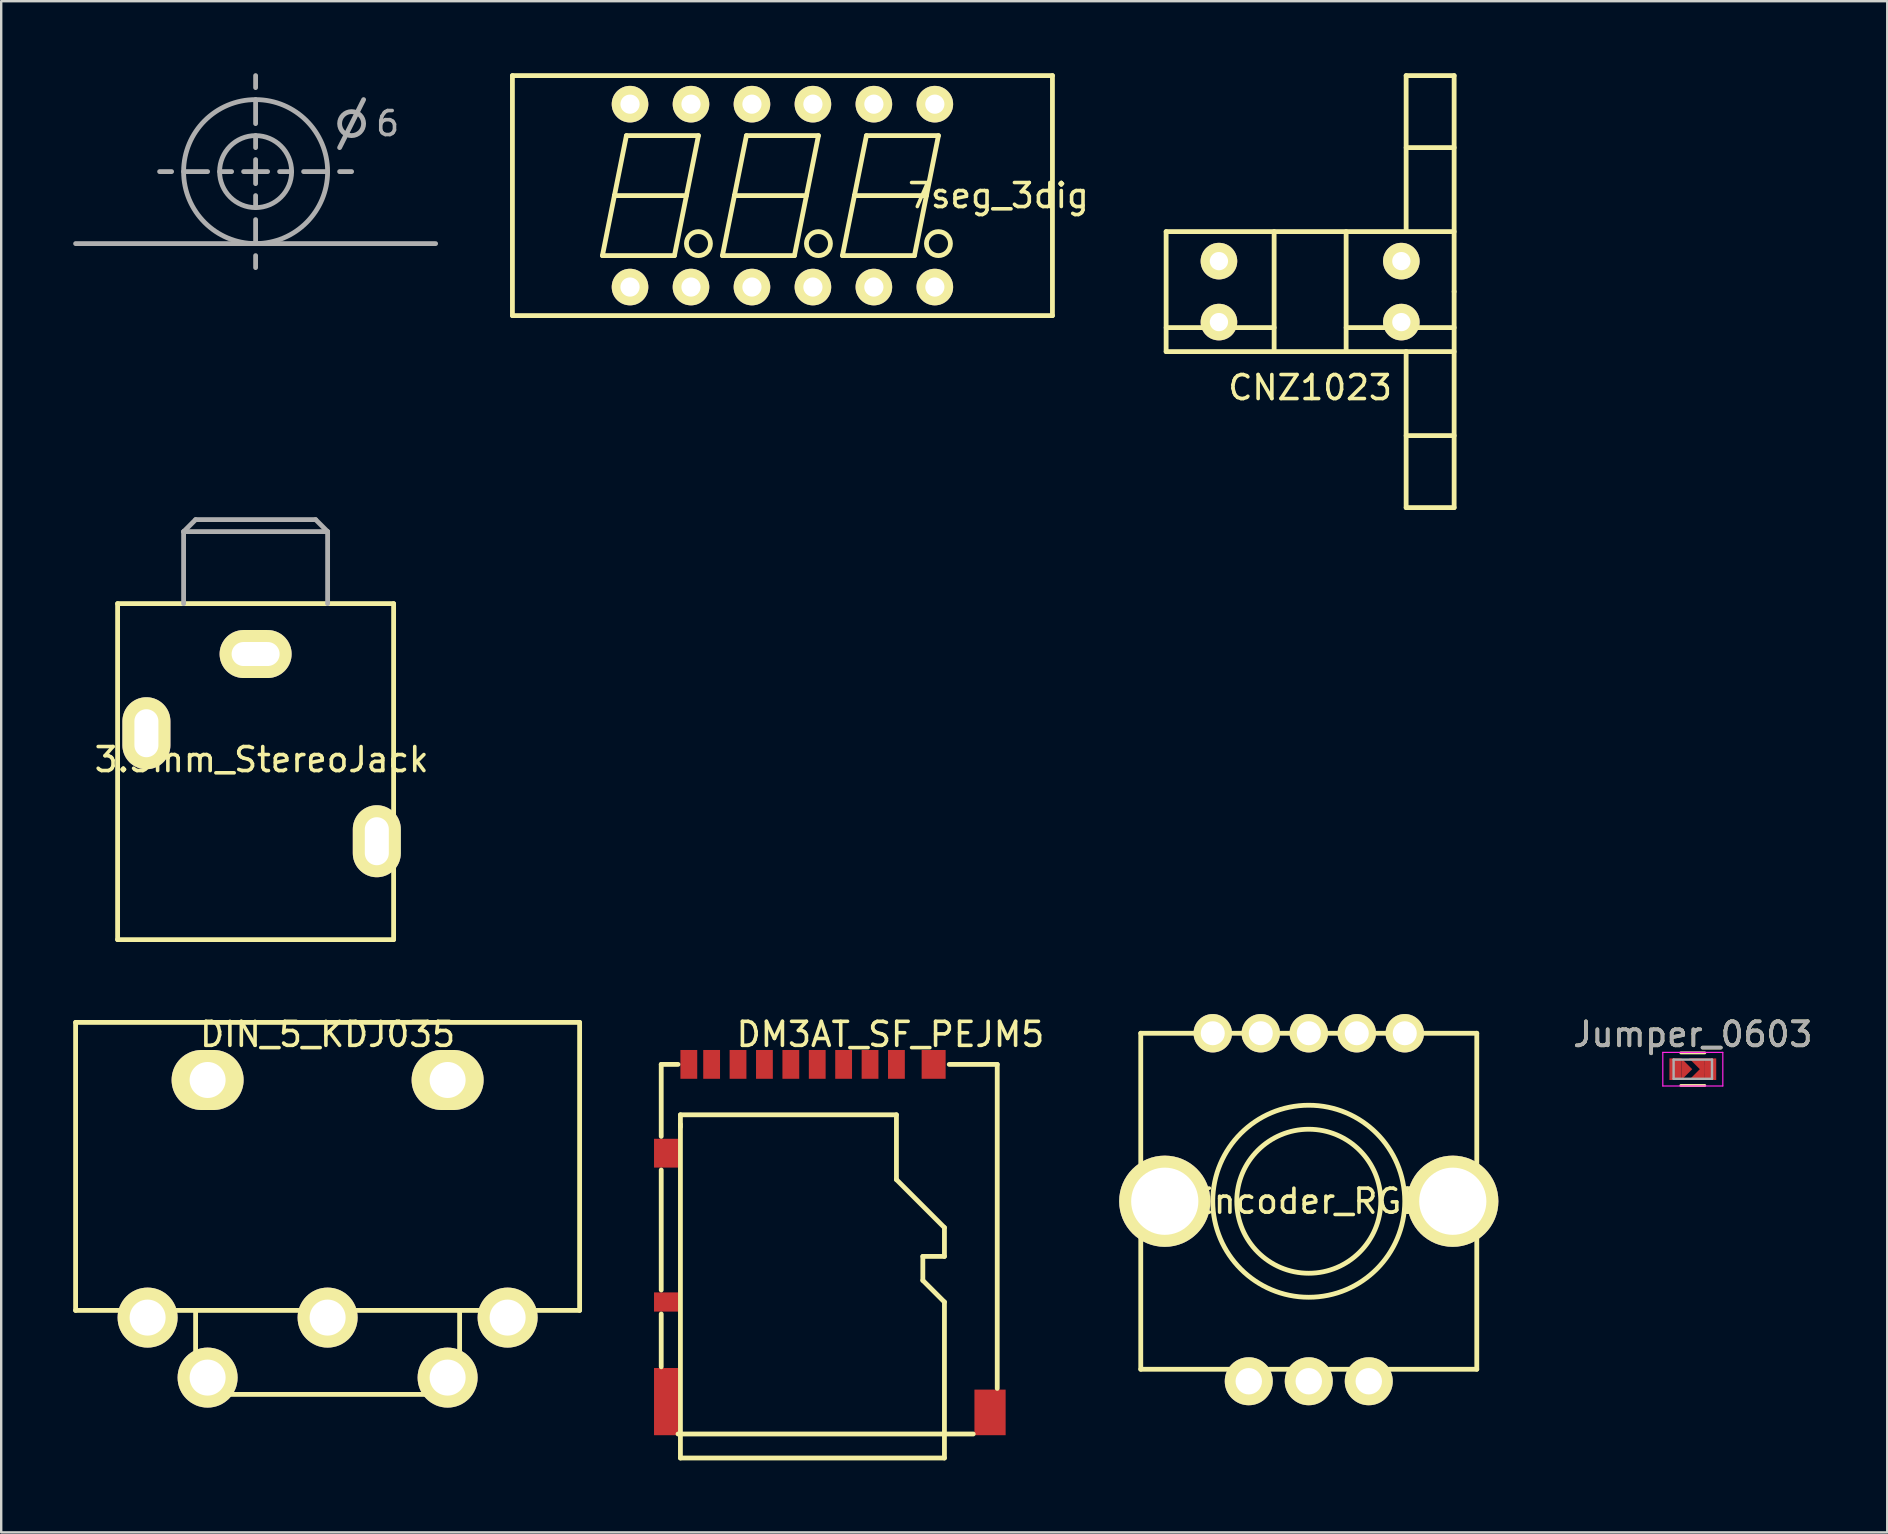
<source format=kicad_pcb>
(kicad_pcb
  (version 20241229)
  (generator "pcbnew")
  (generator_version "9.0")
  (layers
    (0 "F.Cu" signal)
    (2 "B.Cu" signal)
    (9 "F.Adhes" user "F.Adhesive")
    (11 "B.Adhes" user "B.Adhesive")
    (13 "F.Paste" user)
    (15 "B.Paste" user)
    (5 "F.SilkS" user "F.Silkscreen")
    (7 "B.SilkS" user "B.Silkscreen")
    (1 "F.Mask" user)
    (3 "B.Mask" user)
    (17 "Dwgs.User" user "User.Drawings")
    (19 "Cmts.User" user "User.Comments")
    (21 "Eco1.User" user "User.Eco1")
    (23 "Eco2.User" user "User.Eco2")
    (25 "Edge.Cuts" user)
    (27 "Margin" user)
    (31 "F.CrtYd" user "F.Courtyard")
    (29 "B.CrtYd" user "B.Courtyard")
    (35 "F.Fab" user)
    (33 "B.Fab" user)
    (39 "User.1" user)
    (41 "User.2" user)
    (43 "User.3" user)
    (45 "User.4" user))
  (footprint "Encoder_RGB"
    (layer "F.Cu")
    (at 51.48 47)
    (property "Reference" "Encoder_RGB" (at 0 0 0) (layer "F.SilkS") (effects (font (size 1 1) (thickness 0.15))))
    (attr through_hole)
    (fp_line (start -7 -7) (end 7 -7) (stroke (width 0.2) (type solid)) (layer "F.SilkS"))
    (fp_line (start -7 7) (end -7 -7) (stroke (width 0.2) (type solid)) (layer "F.SilkS"))
    (fp_line (start 7 -7) (end 7 7) (stroke (width 0.2) (type solid)) (layer "F.SilkS"))
    (fp_line (start 7 7) (end -7 7) (stroke (width 0.2) (type solid)) (layer "F.SilkS"))
    (fp_circle (center 0 0) (end 0 -4) (stroke (width 0.2) (type solid)) (fill no) (layer "F.SilkS"))
    (fp_circle (center 0 0) (end 3 0) (stroke (width 0.2) (type solid)) (fill no) (layer "F.SilkS"))
    (pad "" thru_hole circle (at -6 0) (size 3.8 3.8) (drill 2.8) (layers "*.Cu" "*.Mask" "F.SilkS"))
    (pad "" thru_hole circle (at 6 0) (size 3.8 3.8) (drill 2.8) (layers "*.Cu" "*.Mask" "F.SilkS"))
    (pad "1" thru_hole circle (at -4 -7) (size 1.6 1.6) (drill 1) (layers "*.Cu" "*.Mask" "F.SilkS"))
    (pad "2" thru_hole circle (at -2 -7) (size 1.6 1.6) (drill 1) (layers "*.Cu" "*.Mask" "F.SilkS"))
    (pad "3" thru_hole circle (at 0 -7) (size 1.6 1.6) (drill 1) (layers "*.Cu" "*.Mask" "F.SilkS"))
    (pad "4" thru_hole circle (at 2 -7) (size 1.6 1.6) (drill 1) (layers "*.Cu" "*.Mask" "F.SilkS"))
    (pad "5" thru_hole circle (at 4 -7) (size 1.6 1.6) (drill 1) (layers "*.Cu" "*.Mask" "F.SilkS"))
    (pad "6" thru_hole circle (at 2.5 7.5) (size 2 2) (drill 1.1) (layers "*.Cu" "*.Mask" "F.SilkS"))
    (pad "7" thru_hole circle (at 0 7.5) (size 2 2) (drill 1.1) (layers "*.Cu" "*.Mask" "F.SilkS"))
    (pad "8" thru_hole circle (at -2.5 7.5) (size 2 2) (drill 1.1) (layers "*.Cu" "*.Mask" "F.SilkS")))
  (footprint "DM3AT_SF_PEJM5"
    (layer "F.Cu")
    (at 34.3 41.298)
    (property "Reference" "DM3AT_SF_PEJM5" (at -0.25 -1.25 0) (layer "F.SilkS") (effects (font (size 1 1) (thickness 0.15))))
    (attr through_hole)
    (fp_line (start -9.8 0) (end -9.1 0) (stroke (width 0.2) (type solid)) (layer "F.SilkS"))
    (fp_line (start -9.8 3) (end -9.8 0) (stroke (width 0.2) (type solid)) (layer "F.SilkS"))
    (fp_line (start -9.8 9.4) (end -9.8 4.4) (stroke (width 0.2) (type solid)) (layer "F.SilkS"))
    (fp_line (start -9.8 12.6) (end -9.8 10.4) (stroke (width 0.2) (type solid)) (layer "F.SilkS"))
    (fp_line (start -9.1 15.4) (end 3.2 15.4) (stroke (width 0.2) (type solid)) (layer "F.SilkS"))
    (fp_line (start -9 2.1) (end -9 2.5) (stroke (width 0.2) (type solid)) (layer "F.SilkS"))
    (fp_line (start -9 2.5) (end -9 2.6) (stroke (width 0.2) (type solid)) (layer "F.SilkS"))
    (fp_line (start -9 15.4) (end -9 2.6) (stroke (width 0.2) (type solid)) (layer "F.SilkS"))
    (fp_line (start -9 15.4) (end -9 16.4) (stroke (width 0.2) (type solid)) (layer "F.SilkS"))
    (fp_line (start -9 16.4) (end 2 16.4) (stroke (width 0.2) (type solid)) (layer "F.SilkS"))
    (fp_line (start 0 2.1) (end -9 2.1) (stroke (width 0.2) (type solid)) (layer "F.SilkS"))
    (fp_line (start 0 4.8) (end 0 2.1) (stroke (width 0.2) (type solid)) (layer "F.SilkS"))
    (fp_line (start 1.1 8) (end 2 8) (stroke (width 0.2) (type solid)) (layer "F.SilkS"))
    (fp_line (start 1.1 9) (end 1.1 8) (stroke (width 0.2) (type solid)) (layer "F.SilkS"))
    (fp_line (start 2 6.8) (end 0 4.8) (stroke (width 0.2) (type solid)) (layer "F.SilkS"))
    (fp_line (start 2 8) (end 2 6.8) (stroke (width 0.2) (type solid)) (layer "F.SilkS"))
    (fp_line (start 2 9.9) (end 1.1 9) (stroke (width 0.2) (type solid)) (layer "F.SilkS"))
    (fp_line (start 2 15.4) (end 2 9.9) (stroke (width 0.2) (type solid)) (layer "F.SilkS"))
    (fp_line (start 2 16.4) (end 2 15.4) (stroke (width 0.2) (type solid)) (layer "F.SilkS"))
    (fp_line (start 4.2 0) (end 2.2 0) (stroke (width 0.2) (type solid)) (layer "F.SilkS"))
    (fp_line (start 4.2 13.5) (end 4.2 0) (stroke (width 0.2) (type solid)) (layer "F.SilkS"))
    (pad "1" smd rect (at -1.1 0) (size 0.7 1.2) (layers "F.Cu" "F.Mask" "F.Paste"))
    (pad "2" smd rect (at -2.2 0) (size 0.7 1.2) (layers "F.Cu" "F.Mask" "F.Paste"))
    (pad "4" smd rect (at -3.3 0) (size 0.7 1.2) (layers "F.Cu" "F.Mask" "F.Paste"))
    (pad "5" smd rect (at -4.4 0) (size 0.7 1.2) (layers "F.Cu" "F.Mask" "F.Paste"))
    (pad "6" smd rect (at -5.5 0) (size 0.7 1.2) (layers "F.Cu" "F.Mask" "F.Paste"))
    (pad "7" smd rect (at -6.6 0) (size 0.7 1.2) (layers "F.Cu" "F.Mask" "F.Paste"))
    (pad "8" smd rect (at -7.7 0) (size 0.7 1.2) (layers "F.Cu" "F.Mask" "F.Paste"))
    (pad "9" smd rect (at 0 0) (size 0.7 1.2) (layers "F.Cu" "F.Mask" "F.Paste"))
    (pad "10" smd rect (at -8.65 0) (size 0.7 1.2) (layers "F.Cu" "F.Mask" "F.Paste"))
    (pad "11" smd rect (at -9.6 9.9) (size 1 0.8) (layers "F.Cu" "F.Mask" "F.Paste"))
    (pad "12" smd rect (at -9.6 3.7) (size 1 1.2) (layers "F.Cu" "F.Mask" "F.Paste"))
    (pad "12" smd rect (at 1.55 0) (size 1 1.2) (layers "F.Cu" "F.Mask" "F.Paste"))
    (pad "13" smd rect (at -9.6 14.05) (size 1 2.8) (layers "F.Cu" "F.Mask" "F.Paste"))
    (pad "13" smd rect (at 3.9 14.5) (size 1.3 1.9) (layers "F.Cu" "F.Mask" "F.Paste")))
  (footprint "DIN_5_KDJ035"
    (layer "F.Cu")
    (at 10.6 39.548)
    (property "Reference" "DIN_5_KDJ035" (at 0 0.5 0) (layer "F.SilkS") (effects (font (size 1 1) (thickness 0.15))))
    (attr through_hole)
    (fp_line (start -10.5 0) (end -10.5 12) (stroke (width 0.2) (type solid)) (layer "F.SilkS"))
    (fp_line (start -10.5 12) (end 10.5 12) (stroke (width 0.2) (type solid)) (layer "F.SilkS"))
    (fp_line (start -5.5 12) (end -5.5 15.5) (stroke (width 0.2) (type solid)) (layer "F.SilkS"))
    (fp_line (start -5.5 15.5) (end 5.5 15.5) (stroke (width 0.2) (type solid)) (layer "F.SilkS"))
    (fp_line (start 0 0) (end -10.5 0) (stroke (width 0.2) (type solid)) (layer "F.SilkS"))
    (fp_line (start 5.5 15.5) (end 5.5 12) (stroke (width 0.2) (type solid)) (layer "F.SilkS"))
    (fp_line (start 10.5 0) (end 0 0) (stroke (width 0.2) (type solid)) (layer "F.SilkS"))
    (fp_line (start 10.5 12) (end 10.5 0) (stroke (width 0.2) (type solid)) (layer "F.SilkS"))
    (pad "" thru_hole oval (at -5 2.4) (size 3 2.5) (drill 1.5) (layers "*.Cu" "*.Mask" "F.SilkS"))
    (pad "" thru_hole oval (at 5 2.4) (size 3 2.5) (drill 1.5) (layers "*.Cu" "*.Mask" "F.SilkS"))
    (pad "1" thru_hole circle (at -7.5 12.3) (size 2.5 2.5) (drill 1.5) (layers "*.Cu" "*.Mask" "F.SilkS"))
    (pad "2" thru_hole circle (at 0 12.3) (size 2.5 2.5) (drill 1.5) (layers "*.Cu" "*.Mask" "F.SilkS"))
    (pad "3" thru_hole circle (at 7.5 12.3) (size 2.5 2.5) (drill 1.5) (layers "*.Cu" "*.Mask" "F.SilkS"))
    (pad "4" thru_hole circle (at -5 14.8) (size 2.5 2.5) (drill 1.5) (layers "*.Cu" "*.Mask" "F.SilkS"))
    (pad "5" thru_hole circle (at 5 14.8) (size 2.5 2.5) (drill 1.5) (layers "*.Cu" "*.Mask" "F.SilkS")))
  (footprint "7seg_3dig"
    (layer "F.Cu")
    (at 29.55 5.1)
    (property "Reference" "7seg_3dig" (at 9 0 0) (layer "F.SilkS") (effects (font (size 1 1) (thickness 0.15))))
    (attr through_hole)
    (fp_line (start -11.25 -5) (end 11.25 -5) (stroke (width 0.2) (type solid)) (layer "F.SilkS"))
    (fp_line (start -11.25 5) (end -11.25 -5) (stroke (width 0.2) (type solid)) (layer "F.SilkS"))
    (fp_line (start -7.5 2.5) (end -4.5 2.5) (stroke (width 0.2) (type solid)) (layer "F.SilkS"))
    (fp_line (start -7 0) (end -7.5 2.5) (stroke (width 0.2) (type solid)) (layer "F.SilkS"))
    (fp_line (start -7 0) (end -4 0) (stroke (width 0.2) (type solid)) (layer "F.SilkS"))
    (fp_line (start -6.5 -2.5) (end -7 0) (stroke (width 0.2) (type solid)) (layer "F.SilkS"))
    (fp_line (start -4.5 2.5) (end -3.5 -2.5) (stroke (width 0.2) (type solid)) (layer "F.SilkS"))
    (fp_line (start -3.5 -2.5) (end -6.5 -2.5) (stroke (width 0.2) (type solid)) (layer "F.SilkS"))
    (fp_line (start -2.5 2.5) (end 0.5 2.5) (stroke (width 0.2) (type solid)) (layer "F.SilkS"))
    (fp_line (start -2 0) (end -2.5 2.5) (stroke (width 0.2) (type solid)) (layer "F.SilkS"))
    (fp_line (start -2 0) (end 1 0) (stroke (width 0.2) (type solid)) (layer "F.SilkS"))
    (fp_line (start -1.5 -2.5) (end -2 0) (stroke (width 0.2) (type solid)) (layer "F.SilkS"))
    (fp_line (start 0.5 2.5) (end 1.5 -2.5) (stroke (width 0.2) (type solid)) (layer "F.SilkS"))
    (fp_line (start 1.5 -2.5) (end -1.5 -2.5) (stroke (width 0.2) (type solid)) (layer "F.SilkS"))
    (fp_line (start 2.5 2.5) (end 5.5 2.5) (stroke (width 0.2) (type solid)) (layer "F.SilkS"))
    (fp_line (start 3 0) (end 2.5 2.5) (stroke (width 0.2) (type solid)) (layer "F.SilkS"))
    (fp_line (start 3 0) (end 6 0) (stroke (width 0.2) (type solid)) (layer "F.SilkS"))
    (fp_line (start 3.5 -2.5) (end 3 0) (stroke (width 0.2) (type solid)) (layer "F.SilkS"))
    (fp_line (start 5.5 2.5) (end 6.5 -2.5) (stroke (width 0.2) (type solid)) (layer "F.SilkS"))
    (fp_line (start 6.5 -2.5) (end 3.5 -2.5) (stroke (width 0.2) (type solid)) (layer "F.SilkS"))
    (fp_line (start 11.25 -5) (end 11.25 5) (stroke (width 0.2) (type solid)) (layer "F.SilkS"))
    (fp_line (start 11.25 5) (end -11.25 5) (stroke (width 0.2) (type solid)) (layer "F.SilkS"))
    (fp_circle (center -3.5 2) (end -3 2) (stroke (width 0.2) (type solid)) (fill no) (layer "F.SilkS"))
    (fp_circle (center 1.5 2) (end 2 2) (stroke (width 0.2) (type solid)) (fill no) (layer "F.SilkS"))
    (fp_circle (center 6.5 2) (end 7 2) (stroke (width 0.2) (type solid)) (fill no) (layer "F.SilkS"))
    (pad "" thru_hole circle (at 6.35 3.81) (size 1.524 1.524) (drill 0.8) (layers "*.Cu" "*.Mask" "F.SilkS"))
    (pad "A" thru_hole circle (at -3.81 -3.81) (size 1.524 1.524) (drill 0.8) (layers "*.Cu" "*.Mask" "F.SilkS"))
    (pad "B" thru_hole circle (at 6.35 -3.81) (size 1.524 1.524) (drill 0.8) (layers "*.Cu" "*.Mask" "F.SilkS"))
    (pad "C" thru_hole circle (at 1.27 3.81) (size 1.524 1.524) (drill 0.8) (layers "*.Cu" "*.Mask" "F.SilkS"))
    (pad "D" thru_hole circle (at -3.81 3.81) (size 1.524 1.524) (drill 0.8) (layers "*.Cu" "*.Mask" "F.SilkS"))
    (pad "DIG1" thru_hole circle (at -6.35 -3.81) (size 1.524 1.524) (drill 0.8) (layers "*.Cu" "*.Mask" "F.SilkS"))
    (pad "DIG2" thru_hole circle (at 1.27 -3.81) (size 1.524 1.524) (drill 0.8) (layers "*.Cu" "*.Mask" "F.SilkS"))
    (pad "DIG3" thru_hole circle (at 3.81 -3.81) (size 1.524 1.524) (drill 0.8) (layers "*.Cu" "*.Mask" "F.SilkS"))
    (pad "DP" thru_hole circle (at -1.27 3.81) (size 1.524 1.524) (drill 0.8) (layers "*.Cu" "*.Mask" "F.SilkS"))
    (pad "E" thru_hole circle (at -6.35 3.81) (size 1.524 1.524) (drill 0.8) (layers "*.Cu" "*.Mask" "F.SilkS"))
    (pad "F" thru_hole circle (at -1.27 -3.81) (size 1.524 1.524) (drill 0.8) (layers "*.Cu" "*.Mask" "F.SilkS"))
    (pad "G" thru_hole circle (at 3.81 3.81) (size 1.524 1.524) (drill 0.8) (layers "*.Cu" "*.Mask" "F.SilkS")))
  (footprint "Jumper_0603"
    (layer "F.Cu")
    (at 67.481 41.498)
    (property "Reference" "Jumper_0603" (at 0 -1.45 0) (layer "F.SilkS") (effects (font (size 1 1) (thickness 0.15))))
    (attr smd)
    (fp_line (start -0.5 -0.68) (end 0.5 -0.68) (stroke (width 0.12) (type solid)) (layer "F.SilkS"))
    (fp_line (start 0.5 0.68) (end -0.5 0.68) (stroke (width 0.12) (type solid)) (layer "F.SilkS"))
    (fp_line (start -1.25 -0.7) (end -1.25 0.7) (stroke (width 0.05) (type solid)) (layer "F.CrtYd"))
    (fp_line (start -1.25 -0.7) (end 1.25 -0.7) (stroke (width 0.05) (type solid)) (layer "F.CrtYd"))
    (fp_line (start 1.25 0.7) (end -1.25 0.7) (stroke (width 0.05) (type solid)) (layer "F.CrtYd"))
    (fp_line (start 1.25 0.7) (end 1.25 -0.7) (stroke (width 0.05) (type solid)) (layer "F.CrtYd"))
    (fp_line (start -0.8 -0.4) (end 0.8 -0.4) (stroke (width 0.1) (type solid)) (layer "F.Fab"))
    (fp_line (start -0.8 0.4) (end -0.8 -0.4) (stroke (width 0.1) (type solid)) (layer "F.Fab"))
    (fp_line (start 0.8 -0.4) (end 0.8 0.4) (stroke (width 0.1) (type solid)) (layer "F.Fab"))
    (fp_line (start 0.8 0.4) (end -0.8 0.4) (stroke (width 0.1) (type solid)) (layer "F.Fab"))
    (fp_text user "${REFERENCE}" (at 0 -1.45 0) (layer "F.Fab") (effects (font (size 1 1) (thickness 0.15))))
    (pad "1" smd rect (at -0.725 0) (size 0.5 0.9) (layers "F.Cu" "F.Mask" "F.Paste"))
    (pad "1" smd trapezoid (at -0.25 0) (size 0.45 0.45) (rect_delta 0.449 0) (layers "F.Cu" "F.Mask" "F.Paste"))
    (pad "2" smd trapezoid (at 0.32 -0.29 45) (size 0.45 0.45) (rect_delta 0.449 0) (layers "F.Cu" "F.Mask" "F.Paste"))
    (pad "2" smd trapezoid (at 0.32 0.29 315) (size 0.45 0.45) (rect_delta 0.449 0) (layers "F.Cu" "F.Mask" "F.Paste"))
    (pad "2" smd rect (at 0.725 0) (size 0.5 0.9) (layers "F.Cu" "F.Mask" "F.Paste")))
  (footprint "CNZ1023"
    (layer "F.Cu")
    (at 51.537 9.1)
    (property "Reference" "CNZ1023" (at 0 4 0) (layer "F.SilkS") (effects (font (size 1 1) (thickness 0.15))))
    (attr through_hole)
    (fp_line (start -6 -2.5) (end -6 2.5) (stroke (width 0.2) (type solid)) (layer "F.SilkS"))
    (fp_line (start -6 1.5) (end -1.5 1.5) (stroke (width 0.2) (type solid)) (layer "F.SilkS"))
    (fp_line (start -6 2.5) (end 4 2.5) (stroke (width 0.2) (type solid)) (layer "F.SilkS"))
    (fp_line (start -1.5 -2.5) (end -1.5 2.5) (stroke (width 0.2) (type solid)) (layer "F.SilkS"))
    (fp_line (start 1.5 -2.5) (end 1.5 2.5) (stroke (width 0.2) (type solid)) (layer "F.SilkS"))
    (fp_line (start 1.5 1.5) (end 6 1.5) (stroke (width 0.2) (type solid)) (layer "F.SilkS"))
    (fp_line (start 4 -9) (end 4 -2.5) (stroke (width 0.2) (type solid)) (layer "F.SilkS"))
    (fp_line (start 4 -6) (end 6 -6) (stroke (width 0.2) (type solid)) (layer "F.SilkS"))
    (fp_line (start 4 -2.5) (end -6 -2.5) (stroke (width 0.2) (type solid)) (layer "F.SilkS"))
    (fp_line (start 4 -2.5) (end 6 -2.5) (stroke (width 0.2) (type solid)) (layer "F.SilkS"))
    (fp_line (start 4 2.5) (end 6 2.5) (stroke (width 0.2) (type solid)) (layer "F.SilkS"))
    (fp_line (start 4 6) (end 6 6) (stroke (width 0.2) (type solid)) (layer "F.SilkS"))
    (fp_line (start 4 9) (end 4 2.5) (stroke (width 0.2) (type solid)) (layer "F.SilkS"))
    (fp_line (start 4 9) (end 6 9) (stroke (width 0.2) (type solid)) (layer "F.SilkS"))
    (fp_line (start 6 -9) (end 4 -9) (stroke (width 0.2) (type solid)) (layer "F.SilkS"))
    (fp_line (start 6 0) (end 6 -9) (stroke (width 0.2) (type solid)) (layer "F.SilkS"))
    (fp_line (start 6 9) (end 6 0) (stroke (width 0.2) (type solid)) (layer "F.SilkS"))
    (pad "1" thru_hole circle (at -3.8 -1.27) (size 1.524 1.524) (drill 0.762) (layers "*.Cu" "*.Mask" "F.SilkS"))
    (pad "2" thru_hole circle (at -3.8 1.27) (size 1.524 1.524) (drill 0.762) (layers "*.Cu" "*.Mask" "F.SilkS"))
    (pad "3" thru_hole circle (at 3.8 1.27) (size 1.524 1.524) (drill 0.762) (layers "*.Cu" "*.Mask" "F.SilkS"))
    (pad "4" thru_hole circle (at 3.8 -1.27) (size 1.524 1.524) (drill 0.762) (layers "*.Cu" "*.Mask" "F.SilkS")))
  (footprint "3.5mm_StereoJack"
    (layer "F.Cu")
    (at 7.6 22.1)
    (property "Reference" "3.5mm_StereoJack" (at 0.25 6.5 0) (layer "F.SilkS") (effects (font (size 1 1) (thickness 0.15))))
    (attr through_hole)
    (fp_line (start -5.75 0) (end -5.75 14) (stroke (width 0.2) (type solid)) (layer "F.SilkS"))
    (fp_line (start -5.75 0) (end 5.75 0) (stroke (width 0.2) (type solid)) (layer "F.SilkS"))
    (fp_line (start -5.75 14) (end 5.75 14) (stroke (width 0.2) (type solid)) (layer "F.SilkS"))
    (fp_line (start 5.75 14) (end 5.75 0) (stroke (width 0.2) (type solid)) (layer "F.SilkS"))
    (fp_line (start -7.5 -15) (end 7.5 -15) (stroke (width 0.2) (type solid)) (layer "F.Fab"))
    (fp_line (start -3.5 -18) (end -4 -18) (stroke (width 0.2) (type solid)) (layer "F.Fab"))
    (fp_line (start -3 -3) (end -2.5 -3.5) (stroke (width 0.2) (type solid)) (layer "F.Fab"))
    (fp_line (start -3 0) (end -3 -3) (stroke (width 0.2) (type solid)) (layer "F.Fab"))
    (fp_line (start -2.5 -3.5) (end 2.5 -3.5) (stroke (width 0.2) (type solid)) (layer "F.Fab"))
    (fp_line (start -2 -18) (end -3 -18) (stroke (width 0.2) (type solid)) (layer "F.Fab"))
    (fp_line (start -1 -18) (end -1.5 -18) (stroke (width 0.2) (type solid)) (layer "F.Fab"))
    (fp_line (start 0 -21.5) (end 0 -22) (stroke (width 0.2) (type solid)) (layer "F.Fab"))
    (fp_line (start 0 -20) (end 0 -21) (stroke (width 0.2) (type solid)) (layer "F.Fab"))
    (fp_line (start 0 -19) (end 0 -19.5) (stroke (width 0.2) (type solid)) (layer "F.Fab"))
    (fp_line (start 0 -18.5) (end 0 -17.5) (stroke (width 0.2) (type solid)) (layer "F.Fab"))
    (fp_line (start 0 -17) (end 0 -16.5) (stroke (width 0.2) (type solid)) (layer "F.Fab"))
    (fp_line (start 0 -16) (end 0 -15) (stroke (width 0.2) (type solid)) (layer "F.Fab"))
    (fp_line (start 0 -14.5) (end 0 -14) (stroke (width 0.2) (type solid)) (layer "F.Fab"))
    (fp_line (start 0.5 -18) (end -0.5 -18) (stroke (width 0.2) (type solid)) (layer "F.Fab"))
    (fp_line (start 1 -18) (end 1.5 -18) (stroke (width 0.2) (type solid)) (layer "F.Fab"))
    (fp_line (start 2 -18) (end 3 -18) (stroke (width 0.2) (type solid)) (layer "F.Fab"))
    (fp_line (start 2.5 -3.5) (end 3 -3) (stroke (width 0.2) (type solid)) (layer "F.Fab"))
    (fp_line (start 3 -3) (end -3 -3) (stroke (width 0.2) (type solid)) (layer "F.Fab"))
    (fp_line (start 3 0) (end 3 -3) (stroke (width 0.2) (type solid)) (layer "F.Fab"))
    (fp_line (start 3.5 -19) (end 4.5 -21) (stroke (width 0.2) (type solid)) (layer "F.Fab"))
    (fp_line (start 3.5 -18) (end 4 -18) (stroke (width 0.2) (type solid)) (layer "F.Fab"))
    (fp_circle (center 0 -18) (end 0 -16.5) (stroke (width 0.2) (type solid)) (fill no) (layer "F.Fab"))
    (fp_circle (center 0 -18) (end 0 -15) (stroke (width 0.2) (type solid)) (fill no) (layer "F.Fab"))
    (fp_circle (center 4 -20) (end 4.5 -20) (stroke (width 0.2) (type solid)) (fill no) (layer "F.Fab"))
    (fp_text user "6" (at 5.5 -20 0) (layer "F.Fab") (effects (font (size 1 1) (thickness 0.15))))
    (pad "1" thru_hole oval (at 0 2.1) (size 3 2) (drill oval 2 1) (layers "*.Cu" "*.Mask" "F.SilkS"))
    (pad "2" thru_hole oval (at -4.55 5.4) (size 2 3) (drill oval 1 2) (layers "*.Cu" "*.Mask" "F.SilkS"))
    (pad "3" thru_hole oval (at 5.05 9.9) (size 2 3) (drill oval 1 2) (layers "*.Cu" "*.Mask" "F.SilkS")))
  (gr_rect
    (start -3 -3)
    (end 75.582 60.798)
    (stroke (width 0.1) (type default))
    (fill no)
    (layer "Edge.Cuts")))
</source>
